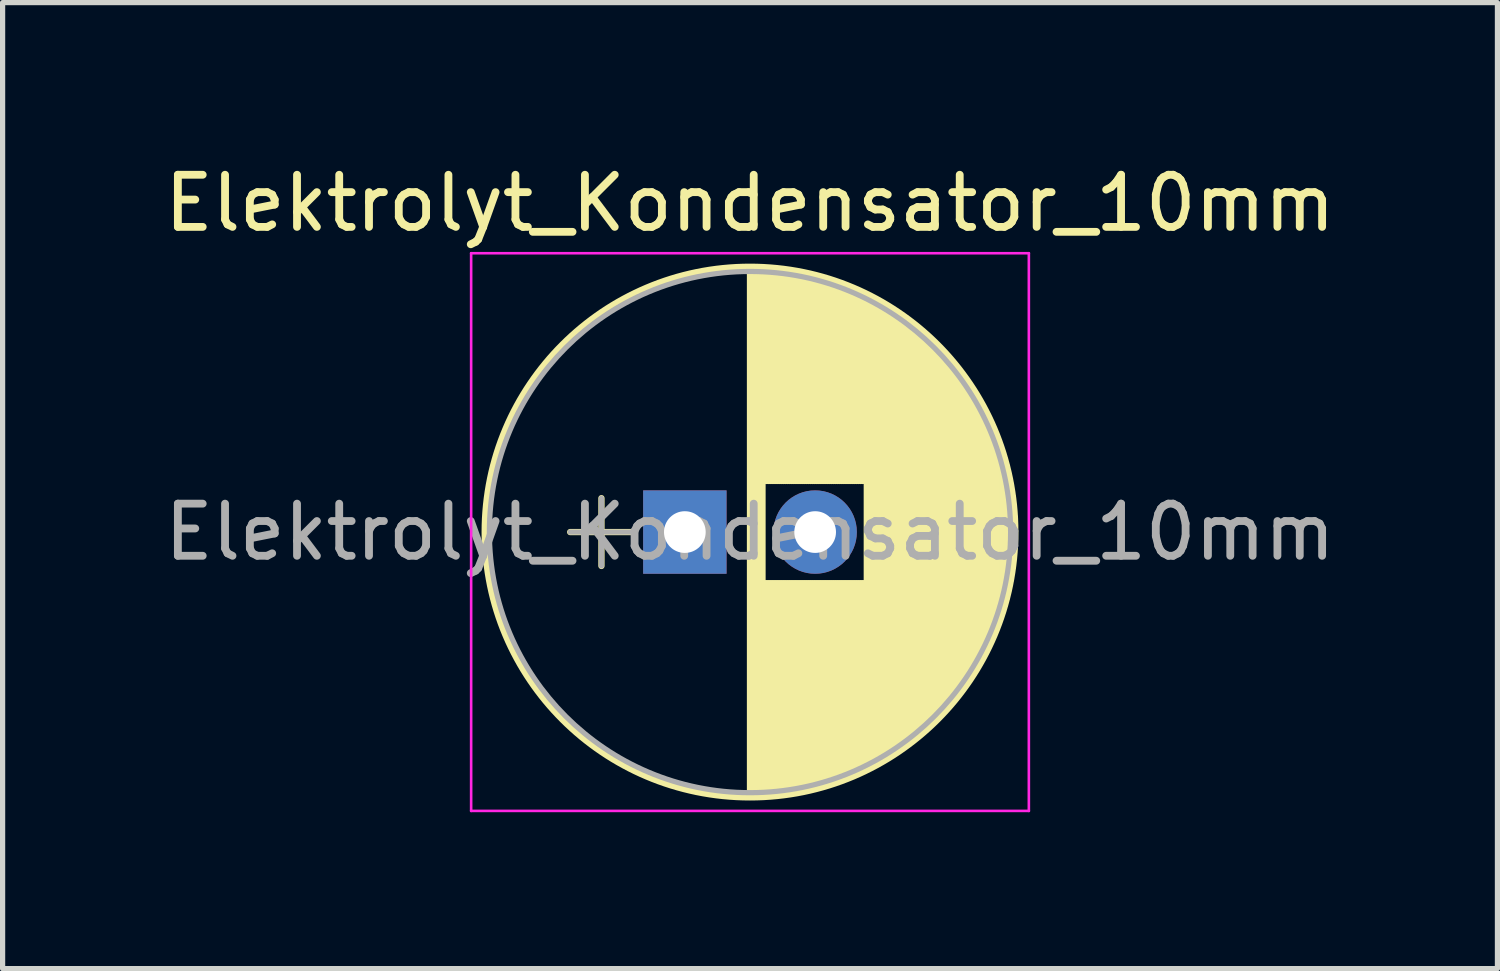
<source format=kicad_pcb>
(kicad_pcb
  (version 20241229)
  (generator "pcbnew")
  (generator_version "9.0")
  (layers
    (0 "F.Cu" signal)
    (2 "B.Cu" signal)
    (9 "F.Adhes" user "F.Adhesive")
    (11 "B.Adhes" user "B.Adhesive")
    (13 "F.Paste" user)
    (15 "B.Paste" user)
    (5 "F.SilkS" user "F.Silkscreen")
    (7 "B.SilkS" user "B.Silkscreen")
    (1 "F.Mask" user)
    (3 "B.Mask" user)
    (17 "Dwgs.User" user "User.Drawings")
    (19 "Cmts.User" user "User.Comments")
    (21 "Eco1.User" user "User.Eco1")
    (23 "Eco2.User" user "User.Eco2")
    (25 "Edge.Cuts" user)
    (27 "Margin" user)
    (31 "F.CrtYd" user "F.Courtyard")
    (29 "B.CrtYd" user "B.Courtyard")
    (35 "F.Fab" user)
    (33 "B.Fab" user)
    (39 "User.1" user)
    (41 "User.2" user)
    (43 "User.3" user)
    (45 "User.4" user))
  (footprint "Elektrolyt_Kondensator_10mm"
    (layer "F.Cu")
    (at 10.089 7.158)
    (property "Reference" "Elektrolyt_Kondensator_10mm" (at 1.25 -6.31 0) (layer "F.SilkS") (effects (font (size 1 1) (thickness 0.15))))
    (attr through_hole)
    (fp_line (start -2.2 0) (end -1 0) (stroke (width 0.12) (type solid)) (layer "F.SilkS"))
    (fp_line (start -1.6 -0.65) (end -1.6 0.65) (stroke (width 0.12) (type solid)) (layer "F.SilkS"))
    (fp_line (start 1.25 -5.05) (end 1.25 5.05) (stroke (width 0.12) (type solid)) (layer "F.SilkS"))
    (fp_line (start 1.29 -5.05) (end 1.29 5.05) (stroke (width 0.12) (type solid)) (layer "F.SilkS"))
    (fp_line (start 1.33 -5.05) (end 1.33 5.05) (stroke (width 0.12) (type solid)) (layer "F.SilkS"))
    (fp_line (start 1.37 -5.049) (end 1.37 5.049) (stroke (width 0.12) (type solid)) (layer "F.SilkS"))
    (fp_line (start 1.41 -5.048) (end 1.41 5.048) (stroke (width 0.12) (type solid)) (layer "F.SilkS"))
    (fp_line (start 1.45 -5.047) (end 1.45 5.047) (stroke (width 0.12) (type solid)) (layer "F.SilkS"))
    (fp_line (start 1.49 -5.045) (end 1.49 5.045) (stroke (width 0.12) (type solid)) (layer "F.SilkS"))
    (fp_line (start 1.53 -5.043) (end 1.53 -0.98) (stroke (width 0.12) (type solid)) (layer "F.SilkS"))
    (fp_line (start 1.53 0.98) (end 1.53 5.043) (stroke (width 0.12) (type solid)) (layer "F.SilkS"))
    (fp_line (start 1.57 -5.04) (end 1.57 -0.98) (stroke (width 0.12) (type solid)) (layer "F.SilkS"))
    (fp_line (start 1.57 0.98) (end 1.57 5.04) (stroke (width 0.12) (type solid)) (layer "F.SilkS"))
    (fp_line (start 1.61 -5.038) (end 1.61 -0.98) (stroke (width 0.12) (type solid)) (layer "F.SilkS"))
    (fp_line (start 1.61 0.98) (end 1.61 5.038) (stroke (width 0.12) (type solid)) (layer "F.SilkS"))
    (fp_line (start 1.65 -5.035) (end 1.65 -0.98) (stroke (width 0.12) (type solid)) (layer "F.SilkS"))
    (fp_line (start 1.65 0.98) (end 1.65 5.035) (stroke (width 0.12) (type solid)) (layer "F.SilkS"))
    (fp_line (start 1.69 -5.031) (end 1.69 -0.98) (stroke (width 0.12) (type solid)) (layer "F.SilkS"))
    (fp_line (start 1.69 0.98) (end 1.69 5.031) (stroke (width 0.12) (type solid)) (layer "F.SilkS"))
    (fp_line (start 1.73 -5.028) (end 1.73 -0.98) (stroke (width 0.12) (type solid)) (layer "F.SilkS"))
    (fp_line (start 1.73 0.98) (end 1.73 5.028) (stroke (width 0.12) (type solid)) (layer "F.SilkS"))
    (fp_line (start 1.77 -5.024) (end 1.77 -0.98) (stroke (width 0.12) (type solid)) (layer "F.SilkS"))
    (fp_line (start 1.77 0.98) (end 1.77 5.024) (stroke (width 0.12) (type solid)) (layer "F.SilkS"))
    (fp_line (start 1.81 -5.02) (end 1.81 -0.98) (stroke (width 0.12) (type solid)) (layer "F.SilkS"))
    (fp_line (start 1.81 0.98) (end 1.81 5.02) (stroke (width 0.12) (type solid)) (layer "F.SilkS"))
    (fp_line (start 1.85 -5.015) (end 1.85 -0.98) (stroke (width 0.12) (type solid)) (layer "F.SilkS"))
    (fp_line (start 1.85 0.98) (end 1.85 5.015) (stroke (width 0.12) (type solid)) (layer "F.SilkS"))
    (fp_line (start 1.89 -5.01) (end 1.89 -0.98) (stroke (width 0.12) (type solid)) (layer "F.SilkS"))
    (fp_line (start 1.89 0.98) (end 1.89 5.01) (stroke (width 0.12) (type solid)) (layer "F.SilkS"))
    (fp_line (start 1.93 -5.005) (end 1.93 -0.98) (stroke (width 0.12) (type solid)) (layer "F.SilkS"))
    (fp_line (start 1.93 0.98) (end 1.93 5.005) (stroke (width 0.12) (type solid)) (layer "F.SilkS"))
    (fp_line (start 1.971 -4.999) (end 1.971 -0.98) (stroke (width 0.12) (type solid)) (layer "F.SilkS"))
    (fp_line (start 1.971 0.98) (end 1.971 4.999) (stroke (width 0.12) (type solid)) (layer "F.SilkS"))
    (fp_line (start 2.011 -4.993) (end 2.011 -0.98) (stroke (width 0.12) (type solid)) (layer "F.SilkS"))
    (fp_line (start 2.011 0.98) (end 2.011 4.993) (stroke (width 0.12) (type solid)) (layer "F.SilkS"))
    (fp_line (start 2.051 -4.987) (end 2.051 -0.98) (stroke (width 0.12) (type solid)) (layer "F.SilkS"))
    (fp_line (start 2.051 0.98) (end 2.051 4.987) (stroke (width 0.12) (type solid)) (layer "F.SilkS"))
    (fp_line (start 2.091 -4.981) (end 2.091 -0.98) (stroke (width 0.12) (type solid)) (layer "F.SilkS"))
    (fp_line (start 2.091 0.98) (end 2.091 4.981) (stroke (width 0.12) (type solid)) (layer "F.SilkS"))
    (fp_line (start 2.131 -4.974) (end 2.131 -0.98) (stroke (width 0.12) (type solid)) (layer "F.SilkS"))
    (fp_line (start 2.131 0.98) (end 2.131 4.974) (stroke (width 0.12) (type solid)) (layer "F.SilkS"))
    (fp_line (start 2.171 -4.967) (end 2.171 -0.98) (stroke (width 0.12) (type solid)) (layer "F.SilkS"))
    (fp_line (start 2.171 0.98) (end 2.171 4.967) (stroke (width 0.12) (type solid)) (layer "F.SilkS"))
    (fp_line (start 2.211 -4.959) (end 2.211 -0.98) (stroke (width 0.12) (type solid)) (layer "F.SilkS"))
    (fp_line (start 2.211 0.98) (end 2.211 4.959) (stroke (width 0.12) (type solid)) (layer "F.SilkS"))
    (fp_line (start 2.251 -4.951) (end 2.251 -0.98) (stroke (width 0.12) (type solid)) (layer "F.SilkS"))
    (fp_line (start 2.251 0.98) (end 2.251 4.951) (stroke (width 0.12) (type solid)) (layer "F.SilkS"))
    (fp_line (start 2.291 -4.943) (end 2.291 -0.98) (stroke (width 0.12) (type solid)) (layer "F.SilkS"))
    (fp_line (start 2.291 0.98) (end 2.291 4.943) (stroke (width 0.12) (type solid)) (layer "F.SilkS"))
    (fp_line (start 2.331 -4.935) (end 2.331 -0.98) (stroke (width 0.12) (type solid)) (layer "F.SilkS"))
    (fp_line (start 2.331 0.98) (end 2.331 4.935) (stroke (width 0.12) (type solid)) (layer "F.SilkS"))
    (fp_line (start 2.371 -4.926) (end 2.371 -0.98) (stroke (width 0.12) (type solid)) (layer "F.SilkS"))
    (fp_line (start 2.371 0.98) (end 2.371 4.926) (stroke (width 0.12) (type solid)) (layer "F.SilkS"))
    (fp_line (start 2.411 -4.917) (end 2.411 -0.98) (stroke (width 0.12) (type solid)) (layer "F.SilkS"))
    (fp_line (start 2.411 0.98) (end 2.411 4.917) (stroke (width 0.12) (type solid)) (layer "F.SilkS"))
    (fp_line (start 2.451 -4.907) (end 2.451 -0.98) (stroke (width 0.12) (type solid)) (layer "F.SilkS"))
    (fp_line (start 2.451 0.98) (end 2.451 4.907) (stroke (width 0.12) (type solid)) (layer "F.SilkS"))
    (fp_line (start 2.491 -4.897) (end 2.491 -0.98) (stroke (width 0.12) (type solid)) (layer "F.SilkS"))
    (fp_line (start 2.491 0.98) (end 2.491 4.897) (stroke (width 0.12) (type solid)) (layer "F.SilkS"))
    (fp_line (start 2.531 -4.887) (end 2.531 -0.98) (stroke (width 0.12) (type solid)) (layer "F.SilkS"))
    (fp_line (start 2.531 0.98) (end 2.531 4.887) (stroke (width 0.12) (type solid)) (layer "F.SilkS"))
    (fp_line (start 2.571 -4.876) (end 2.571 -0.98) (stroke (width 0.12) (type solid)) (layer "F.SilkS"))
    (fp_line (start 2.571 0.98) (end 2.571 4.876) (stroke (width 0.12) (type solid)) (layer "F.SilkS"))
    (fp_line (start 2.611 -4.865) (end 2.611 -0.98) (stroke (width 0.12) (type solid)) (layer "F.SilkS"))
    (fp_line (start 2.611 0.98) (end 2.611 4.865) (stroke (width 0.12) (type solid)) (layer "F.SilkS"))
    (fp_line (start 2.651 -4.854) (end 2.651 -0.98) (stroke (width 0.12) (type solid)) (layer "F.SilkS"))
    (fp_line (start 2.651 0.98) (end 2.651 4.854) (stroke (width 0.12) (type solid)) (layer "F.SilkS"))
    (fp_line (start 2.691 -4.843) (end 2.691 -0.98) (stroke (width 0.12) (type solid)) (layer "F.SilkS"))
    (fp_line (start 2.691 0.98) (end 2.691 4.843) (stroke (width 0.12) (type solid)) (layer "F.SilkS"))
    (fp_line (start 2.731 -4.831) (end 2.731 -0.98) (stroke (width 0.12) (type solid)) (layer "F.SilkS"))
    (fp_line (start 2.731 0.98) (end 2.731 4.831) (stroke (width 0.12) (type solid)) (layer "F.SilkS"))
    (fp_line (start 2.771 -4.818) (end 2.771 -0.98) (stroke (width 0.12) (type solid)) (layer "F.SilkS"))
    (fp_line (start 2.771 0.98) (end 2.771 4.818) (stroke (width 0.12) (type solid)) (layer "F.SilkS"))
    (fp_line (start 2.811 -4.806) (end 2.811 -0.98) (stroke (width 0.12) (type solid)) (layer "F.SilkS"))
    (fp_line (start 2.811 0.98) (end 2.811 4.806) (stroke (width 0.12) (type solid)) (layer "F.SilkS"))
    (fp_line (start 2.851 -4.792) (end 2.851 -0.98) (stroke (width 0.12) (type solid)) (layer "F.SilkS"))
    (fp_line (start 2.851 0.98) (end 2.851 4.792) (stroke (width 0.12) (type solid)) (layer "F.SilkS"))
    (fp_line (start 2.891 -4.779) (end 2.891 -0.98) (stroke (width 0.12) (type solid)) (layer "F.SilkS"))
    (fp_line (start 2.891 0.98) (end 2.891 4.779) (stroke (width 0.12) (type solid)) (layer "F.SilkS"))
    (fp_line (start 2.931 -4.765) (end 2.931 -0.98) (stroke (width 0.12) (type solid)) (layer "F.SilkS"))
    (fp_line (start 2.931 0.98) (end 2.931 4.765) (stroke (width 0.12) (type solid)) (layer "F.SilkS"))
    (fp_line (start 2.971 -4.751) (end 2.971 -0.98) (stroke (width 0.12) (type solid)) (layer "F.SilkS"))
    (fp_line (start 2.971 0.98) (end 2.971 4.751) (stroke (width 0.12) (type solid)) (layer "F.SilkS"))
    (fp_line (start 3.011 -4.737) (end 3.011 -0.98) (stroke (width 0.12) (type solid)) (layer "F.SilkS"))
    (fp_line (start 3.011 0.98) (end 3.011 4.737) (stroke (width 0.12) (type solid)) (layer "F.SilkS"))
    (fp_line (start 3.051 -4.722) (end 3.051 -0.98) (stroke (width 0.12) (type solid)) (layer "F.SilkS"))
    (fp_line (start 3.051 0.98) (end 3.051 4.722) (stroke (width 0.12) (type solid)) (layer "F.SilkS"))
    (fp_line (start 3.091 -4.706) (end 3.091 -0.98) (stroke (width 0.12) (type solid)) (layer "F.SilkS"))
    (fp_line (start 3.091 0.98) (end 3.091 4.706) (stroke (width 0.12) (type solid)) (layer "F.SilkS"))
    (fp_line (start 3.131 -4.691) (end 3.131 -0.98) (stroke (width 0.12) (type solid)) (layer "F.SilkS"))
    (fp_line (start 3.131 0.98) (end 3.131 4.691) (stroke (width 0.12) (type solid)) (layer "F.SilkS"))
    (fp_line (start 3.171 -4.674) (end 3.171 -0.98) (stroke (width 0.12) (type solid)) (layer "F.SilkS"))
    (fp_line (start 3.171 0.98) (end 3.171 4.674) (stroke (width 0.12) (type solid)) (layer "F.SilkS"))
    (fp_line (start 3.211 -4.658) (end 3.211 -0.98) (stroke (width 0.12) (type solid)) (layer "F.SilkS"))
    (fp_line (start 3.211 0.98) (end 3.211 4.658) (stroke (width 0.12) (type solid)) (layer "F.SilkS"))
    (fp_line (start 3.251 -4.641) (end 3.251 -0.98) (stroke (width 0.12) (type solid)) (layer "F.SilkS"))
    (fp_line (start 3.251 0.98) (end 3.251 4.641) (stroke (width 0.12) (type solid)) (layer "F.SilkS"))
    (fp_line (start 3.291 -4.624) (end 3.291 -0.98) (stroke (width 0.12) (type solid)) (layer "F.SilkS"))
    (fp_line (start 3.291 0.98) (end 3.291 4.624) (stroke (width 0.12) (type solid)) (layer "F.SilkS"))
    (fp_line (start 3.331 -4.606) (end 3.331 -0.98) (stroke (width 0.12) (type solid)) (layer "F.SilkS"))
    (fp_line (start 3.331 0.98) (end 3.331 4.606) (stroke (width 0.12) (type solid)) (layer "F.SilkS"))
    (fp_line (start 3.371 -4.588) (end 3.371 -0.98) (stroke (width 0.12) (type solid)) (layer "F.SilkS"))
    (fp_line (start 3.371 0.98) (end 3.371 4.588) (stroke (width 0.12) (type solid)) (layer "F.SilkS"))
    (fp_line (start 3.411 -4.569) (end 3.411 -0.98) (stroke (width 0.12) (type solid)) (layer "F.SilkS"))
    (fp_line (start 3.411 0.98) (end 3.411 4.569) (stroke (width 0.12) (type solid)) (layer "F.SilkS"))
    (fp_line (start 3.451 -4.55) (end 3.451 -0.98) (stroke (width 0.12) (type solid)) (layer "F.SilkS"))
    (fp_line (start 3.451 0.98) (end 3.451 4.55) (stroke (width 0.12) (type solid)) (layer "F.SilkS"))
    (fp_line (start 3.491 -4.531) (end 3.491 4.531) (stroke (width 0.12) (type solid)) (layer "F.SilkS"))
    (fp_line (start 3.531 -4.511) (end 3.531 4.511) (stroke (width 0.12) (type solid)) (layer "F.SilkS"))
    (fp_line (start 3.571 -4.491) (end 3.571 4.491) (stroke (width 0.12) (type solid)) (layer "F.SilkS"))
    (fp_line (start 3.611 -4.47) (end 3.611 4.47) (stroke (width 0.12) (type solid)) (layer "F.SilkS"))
    (fp_line (start 3.651 -4.449) (end 3.651 4.449) (stroke (width 0.12) (type solid)) (layer "F.SilkS"))
    (fp_line (start 3.691 -4.428) (end 3.691 4.428) (stroke (width 0.12) (type solid)) (layer "F.SilkS"))
    (fp_line (start 3.731 -4.405) (end 3.731 4.405) (stroke (width 0.12) (type solid)) (layer "F.SilkS"))
    (fp_line (start 3.771 -4.383) (end 3.771 4.383) (stroke (width 0.12) (type solid)) (layer "F.SilkS"))
    (fp_line (start 3.811 -4.36) (end 3.811 4.36) (stroke (width 0.12) (type solid)) (layer "F.SilkS"))
    (fp_line (start 3.851 -4.336) (end 3.851 4.336) (stroke (width 0.12) (type solid)) (layer "F.SilkS"))
    (fp_line (start 3.891 -4.312) (end 3.891 4.312) (stroke (width 0.12) (type solid)) (layer "F.SilkS"))
    (fp_line (start 3.931 -4.288) (end 3.931 4.288) (stroke (width 0.12) (type solid)) (layer "F.SilkS"))
    (fp_line (start 3.971 -4.263) (end 3.971 4.263) (stroke (width 0.12) (type solid)) (layer "F.SilkS"))
    (fp_line (start 4.011 -4.237) (end 4.011 4.237) (stroke (width 0.12) (type solid)) (layer "F.SilkS"))
    (fp_line (start 4.051 -4.211) (end 4.051 4.211) (stroke (width 0.12) (type solid)) (layer "F.SilkS"))
    (fp_line (start 4.091 -4.185) (end 4.091 4.185) (stroke (width 0.12) (type solid)) (layer "F.SilkS"))
    (fp_line (start 4.131 -4.157) (end 4.131 4.157) (stroke (width 0.12) (type solid)) (layer "F.SilkS"))
    (fp_line (start 4.171 -4.13) (end 4.171 4.13) (stroke (width 0.12) (type solid)) (layer "F.SilkS"))
    (fp_line (start 4.211 -4.101) (end 4.211 4.101) (stroke (width 0.12) (type solid)) (layer "F.SilkS"))
    (fp_line (start 4.251 -4.072) (end 4.251 4.072) (stroke (width 0.12) (type solid)) (layer "F.SilkS"))
    (fp_line (start 4.291 -4.043) (end 4.291 4.043) (stroke (width 0.12) (type solid)) (layer "F.SilkS"))
    (fp_line (start 4.331 -4.013) (end 4.331 4.013) (stroke (width 0.12) (type solid)) (layer "F.SilkS"))
    (fp_line (start 4.371 -3.982) (end 4.371 3.982) (stroke (width 0.12) (type solid)) (layer "F.SilkS"))
    (fp_line (start 4.411 -3.951) (end 4.411 3.951) (stroke (width 0.12) (type solid)) (layer "F.SilkS"))
    (fp_line (start 4.451 -3.919) (end 4.451 3.919) (stroke (width 0.12) (type solid)) (layer "F.SilkS"))
    (fp_line (start 4.491 -3.886) (end 4.491 3.886) (stroke (width 0.12) (type solid)) (layer "F.SilkS"))
    (fp_line (start 4.531 -3.853) (end 4.531 3.853) (stroke (width 0.12) (type solid)) (layer "F.SilkS"))
    (fp_line (start 4.571 -3.819) (end 4.571 3.819) (stroke (width 0.12) (type solid)) (layer "F.SilkS"))
    (fp_line (start 4.611 -3.784) (end 4.611 3.784) (stroke (width 0.12) (type solid)) (layer "F.SilkS"))
    (fp_line (start 4.651 -3.748) (end 4.651 3.748) (stroke (width 0.12) (type solid)) (layer "F.SilkS"))
    (fp_line (start 4.691 -3.712) (end 4.691 3.712) (stroke (width 0.12) (type solid)) (layer "F.SilkS"))
    (fp_line (start 4.731 -3.675) (end 4.731 3.675) (stroke (width 0.12) (type solid)) (layer "F.SilkS"))
    (fp_line (start 4.771 -3.637) (end 4.771 3.637) (stroke (width 0.12) (type solid)) (layer "F.SilkS"))
    (fp_line (start 4.811 -3.598) (end 4.811 3.598) (stroke (width 0.12) (type solid)) (layer "F.SilkS"))
    (fp_line (start 4.851 -3.559) (end 4.851 3.559) (stroke (width 0.12) (type solid)) (layer "F.SilkS"))
    (fp_line (start 4.891 -3.518) (end 4.891 3.518) (stroke (width 0.12) (type solid)) (layer "F.SilkS"))
    (fp_line (start 4.931 -3.477) (end 4.931 3.477) (stroke (width 0.12) (type solid)) (layer "F.SilkS"))
    (fp_line (start 4.971 -3.435) (end 4.971 3.435) (stroke (width 0.12) (type solid)) (layer "F.SilkS"))
    (fp_line (start 5.011 -3.391) (end 5.011 3.391) (stroke (width 0.12) (type solid)) (layer "F.SilkS"))
    (fp_line (start 5.051 -3.347) (end 5.051 3.347) (stroke (width 0.12) (type solid)) (layer "F.SilkS"))
    (fp_line (start 5.091 -3.302) (end 5.091 3.302) (stroke (width 0.12) (type solid)) (layer "F.SilkS"))
    (fp_line (start 5.131 -3.255) (end 5.131 3.255) (stroke (width 0.12) (type solid)) (layer "F.SilkS"))
    (fp_line (start 5.171 -3.207) (end 5.171 3.207) (stroke (width 0.12) (type solid)) (layer "F.SilkS"))
    (fp_line (start 5.211 -3.158) (end 5.211 3.158) (stroke (width 0.12) (type solid)) (layer "F.SilkS"))
    (fp_line (start 5.251 -3.108) (end 5.251 3.108) (stroke (width 0.12) (type solid)) (layer "F.SilkS"))
    (fp_line (start 5.291 -3.057) (end 5.291 3.057) (stroke (width 0.12) (type solid)) (layer "F.SilkS"))
    (fp_line (start 5.331 -3.004) (end 5.331 3.004) (stroke (width 0.12) (type solid)) (layer "F.SilkS"))
    (fp_line (start 5.371 -2.949) (end 5.371 2.949) (stroke (width 0.12) (type solid)) (layer "F.SilkS"))
    (fp_line (start 5.411 -2.894) (end 5.411 2.894) (stroke (width 0.12) (type solid)) (layer "F.SilkS"))
    (fp_line (start 5.451 -2.836) (end 5.451 2.836) (stroke (width 0.12) (type solid)) (layer "F.SilkS"))
    (fp_line (start 5.491 -2.777) (end 5.491 2.777) (stroke (width 0.12) (type solid)) (layer "F.SilkS"))
    (fp_line (start 5.531 -2.715) (end 5.531 2.715) (stroke (width 0.12) (type solid)) (layer "F.SilkS"))
    (fp_line (start 5.571 -2.652) (end 5.571 2.652) (stroke (width 0.12) (type solid)) (layer "F.SilkS"))
    (fp_line (start 5.611 -2.587) (end 5.611 2.587) (stroke (width 0.12) (type solid)) (layer "F.SilkS"))
    (fp_line (start 5.651 -2.519) (end 5.651 2.519) (stroke (width 0.12) (type solid)) (layer "F.SilkS"))
    (fp_line (start 5.691 -2.449) (end 5.691 2.449) (stroke (width 0.12) (type solid)) (layer "F.SilkS"))
    (fp_line (start 5.731 -2.377) (end 5.731 2.377) (stroke (width 0.12) (type solid)) (layer "F.SilkS"))
    (fp_line (start 5.771 -2.301) (end 5.771 2.301) (stroke (width 0.12) (type solid)) (layer "F.SilkS"))
    (fp_line (start 5.811 -2.222) (end 5.811 2.222) (stroke (width 0.12) (type solid)) (layer "F.SilkS"))
    (fp_line (start 5.851 -2.14) (end 5.851 2.14) (stroke (width 0.12) (type solid)) (layer "F.SilkS"))
    (fp_line (start 5.891 -2.053) (end 5.891 2.053) (stroke (width 0.12) (type solid)) (layer "F.SilkS"))
    (fp_line (start 5.931 -1.962) (end 5.931 1.962) (stroke (width 0.12) (type solid)) (layer "F.SilkS"))
    (fp_line (start 5.971 -1.866) (end 5.971 1.866) (stroke (width 0.12) (type solid)) (layer "F.SilkS"))
    (fp_line (start 6.011 -1.763) (end 6.011 1.763) (stroke (width 0.12) (type solid)) (layer "F.SilkS"))
    (fp_line (start 6.051 -1.654) (end 6.051 1.654) (stroke (width 0.12) (type solid)) (layer "F.SilkS"))
    (fp_line (start 6.091 -1.536) (end 6.091 1.536) (stroke (width 0.12) (type solid)) (layer "F.SilkS"))
    (fp_line (start 6.131 -1.407) (end 6.131 1.407) (stroke (width 0.12) (type solid)) (layer "F.SilkS"))
    (fp_line (start 6.171 -1.265) (end 6.171 1.265) (stroke (width 0.12) (type solid)) (layer "F.SilkS"))
    (fp_line (start 6.211 -1.104) (end 6.211 1.104) (stroke (width 0.12) (type solid)) (layer "F.SilkS"))
    (fp_line (start 6.251 -0.913) (end 6.251 0.913) (stroke (width 0.12) (type solid)) (layer "F.SilkS"))
    (fp_line (start 6.291 -0.672) (end 6.291 0.672) (stroke (width 0.12) (type solid)) (layer "F.SilkS"))
    (fp_line (start 6.331 -0.279) (end 6.331 0.279) (stroke (width 0.12) (type solid)) (layer "F.SilkS"))
    (fp_circle (center 1.25 0) (end 6.34 0) (stroke (width 0.12) (type solid)) (fill no) (layer "F.SilkS"))
    (fp_line (start -4.1 -5.35) (end -4.1 5.35) (stroke (width 0.05) (type solid)) (layer "F.CrtYd"))
    (fp_line (start -4.1 5.35) (end 6.6 5.35) (stroke (width 0.05) (type solid)) (layer "F.CrtYd"))
    (fp_line (start 6.6 -5.35) (end -4.1 -5.35) (stroke (width 0.05) (type solid)) (layer "F.CrtYd"))
    (fp_line (start 6.6 5.35) (end 6.6 -5.35) (stroke (width 0.05) (type solid)) (layer "F.CrtYd"))
    (fp_line (start -2.2 0) (end -1 0) (stroke (width 0.1) (type solid)) (layer "F.Fab"))
    (fp_line (start -1.6 -0.65) (end -1.6 0.65) (stroke (width 0.1) (type solid)) (layer "F.Fab"))
    (fp_circle (center 1.25 0) (end 6.25 0) (stroke (width 0.1) (type solid)) (fill no) (layer "F.Fab"))
    (fp_text user "${REFERENCE}" (at 1.25 0 0) (layer "F.Fab") (effects (font (size 1 1) (thickness 0.15))))
    (pad "1" thru_hole rect (at 0 0) (size 1.6 1.6) (drill 0.8) (layers "*.Cu" "*.Mask"))
    (pad "2" thru_hole circle (at 2.5 0) (size 1.6 1.6) (drill 0.8) (layers "*.Cu" "*.Mask")))
  (gr_rect
    (start -3 -3)
    (end 25.679 15.533)
    (stroke (width 0.1) (type default))
    (fill no)
    (layer "Edge.Cuts")))
</source>
